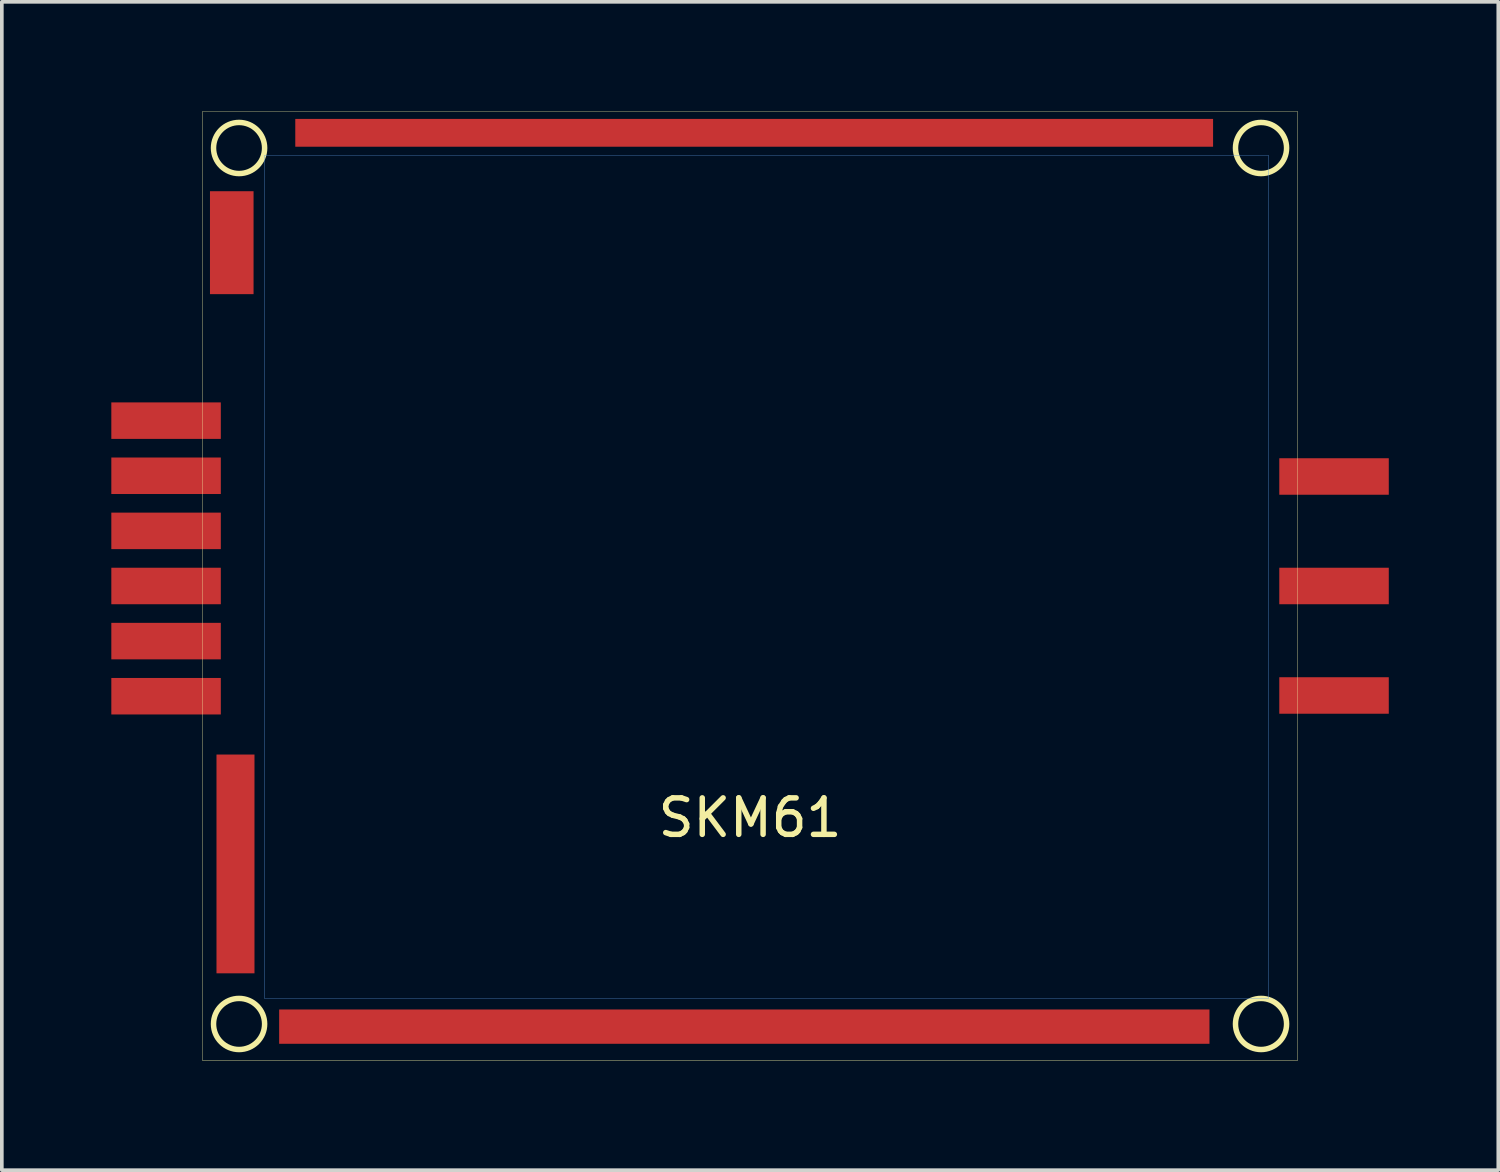
<source format=kicad_pcb>
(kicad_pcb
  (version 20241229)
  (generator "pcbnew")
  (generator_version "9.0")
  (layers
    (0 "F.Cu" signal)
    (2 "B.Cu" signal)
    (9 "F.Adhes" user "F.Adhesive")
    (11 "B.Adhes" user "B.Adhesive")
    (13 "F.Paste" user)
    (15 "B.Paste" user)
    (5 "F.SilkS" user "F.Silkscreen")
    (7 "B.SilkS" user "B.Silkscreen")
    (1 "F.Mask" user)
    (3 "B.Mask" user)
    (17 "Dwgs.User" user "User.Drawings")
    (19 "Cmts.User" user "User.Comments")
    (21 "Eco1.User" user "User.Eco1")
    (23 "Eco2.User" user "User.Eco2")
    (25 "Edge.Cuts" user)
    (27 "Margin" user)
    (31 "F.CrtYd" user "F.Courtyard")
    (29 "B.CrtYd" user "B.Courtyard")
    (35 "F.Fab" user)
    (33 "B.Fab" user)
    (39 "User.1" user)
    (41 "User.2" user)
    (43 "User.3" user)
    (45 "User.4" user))
  (footprint "SKM61"
    (layer "F.Cu")
    (at 17.5 13.005)
    (property "Reference" "SKM61" (at 0 6.35 0) (layer "F.SilkS") (effects (font (size 1 1) (thickness 0.15))))
    (attr through_hole)
    (fp_line (start -15 -13) (end -15 13) (stroke (width 0.01) (type solid)) (layer "F.SilkS"))
    (fp_line (start -15 -13) (end 15 -13) (stroke (width 0.01) (type solid)) (layer "F.SilkS"))
    (fp_line (start -15 13) (end 15 13) (stroke (width 0.01) (type solid)) (layer "F.SilkS"))
    (fp_line (start 15 -13) (end 15 13) (stroke (width 0.01) (type solid)) (layer "F.SilkS"))
    (fp_circle (center -14 -12) (end -14.7 -12) (stroke (width 0.15) (type solid)) (fill no) (layer "F.SilkS"))
    (fp_circle (center -14 12) (end -13.3 12) (stroke (width 0.15) (type solid)) (fill no) (layer "F.SilkS"))
    (fp_circle (center 14 -12) (end 14.7 -12) (stroke (width 0.15) (type solid)) (fill no) (layer "F.SilkS"))
    (fp_circle (center 14 12) (end 14 11.3) (stroke (width 0.15) (type solid)) (fill no) (layer "F.SilkS"))
    (fp_line (start -13.3 -11.8) (end 14.2 -11.8) (stroke (width 0.01) (type solid)) (layer "Cmts.User"))
    (fp_line (start -13.3 11.3) (end -13.3 -11.8) (stroke (width 0.01) (type solid)) (layer "Cmts.User"))
    (fp_line (start 14.2 -11.8) (end 14.2 11.3) (stroke (width 0.01) (type solid)) (layer "Cmts.User"))
    (fp_line (start 14.2 11.3) (end -13.3 11.3) (stroke (width 0.01) (type solid)) (layer "Cmts.User"))
    (pad "1" smd rect (at -16 3.02) (size 3 1) (layers "F.Cu" "F.Mask" "F.Paste"))
    (pad "2" smd rect (at -16 1.51) (size 3 1) (layers "F.Cu" "F.Mask" "F.Paste"))
    (pad "3" smd rect (at -16 0) (size 3 1) (layers "F.Cu" "F.Mask" "F.Paste"))
    (pad "4" smd rect (at -16 -1.51) (size 3 1) (layers "F.Cu" "F.Mask" "F.Paste"))
    (pad "5" smd rect (at -16 -3.02) (size 3 1) (layers "F.Cu" "F.Mask" "F.Paste"))
    (pad "6" smd rect (at -16 -4.53) (size 3 1) (layers "F.Cu" "F.Mask" "F.Paste"))
    (pad "7" smd rect (at -0.157 12.073) (size 25.489 0.94) (layers "F.Cu" "F.Mask" "F.Paste"))
    (pad "8" smd rect (at 0.113 -12.416) (size 25.146 0.762) (layers "F.Cu" "F.Mask" "F.Paste"))
    (pad "9" smd rect (at -14.098 7.615) (size 1.041 5.994) (layers "F.Cu" "F.Mask" "F.Paste"))
    (pad "10" smd rect (at -14.2 -9.406) (size 1.194 2.82) (layers "F.Cu" "F.Mask" "F.Paste"))
    (pad "11" smd rect (at 16 -3) (size 3 1) (layers "F.Cu" "F.Mask" "F.Paste"))
    (pad "12" smd rect (at 16 0) (size 3 1) (layers "F.Cu" "F.Mask" "F.Paste"))
    (pad "13" smd rect (at 16 3) (size 3 1) (layers "F.Cu" "F.Mask" "F.Paste")))
  (gr_rect
    (start -3 -3)
    (end 38 29.01)
    (stroke (width 0.1) (type default))
    (fill no)
    (layer "Edge.Cuts")))
</source>
